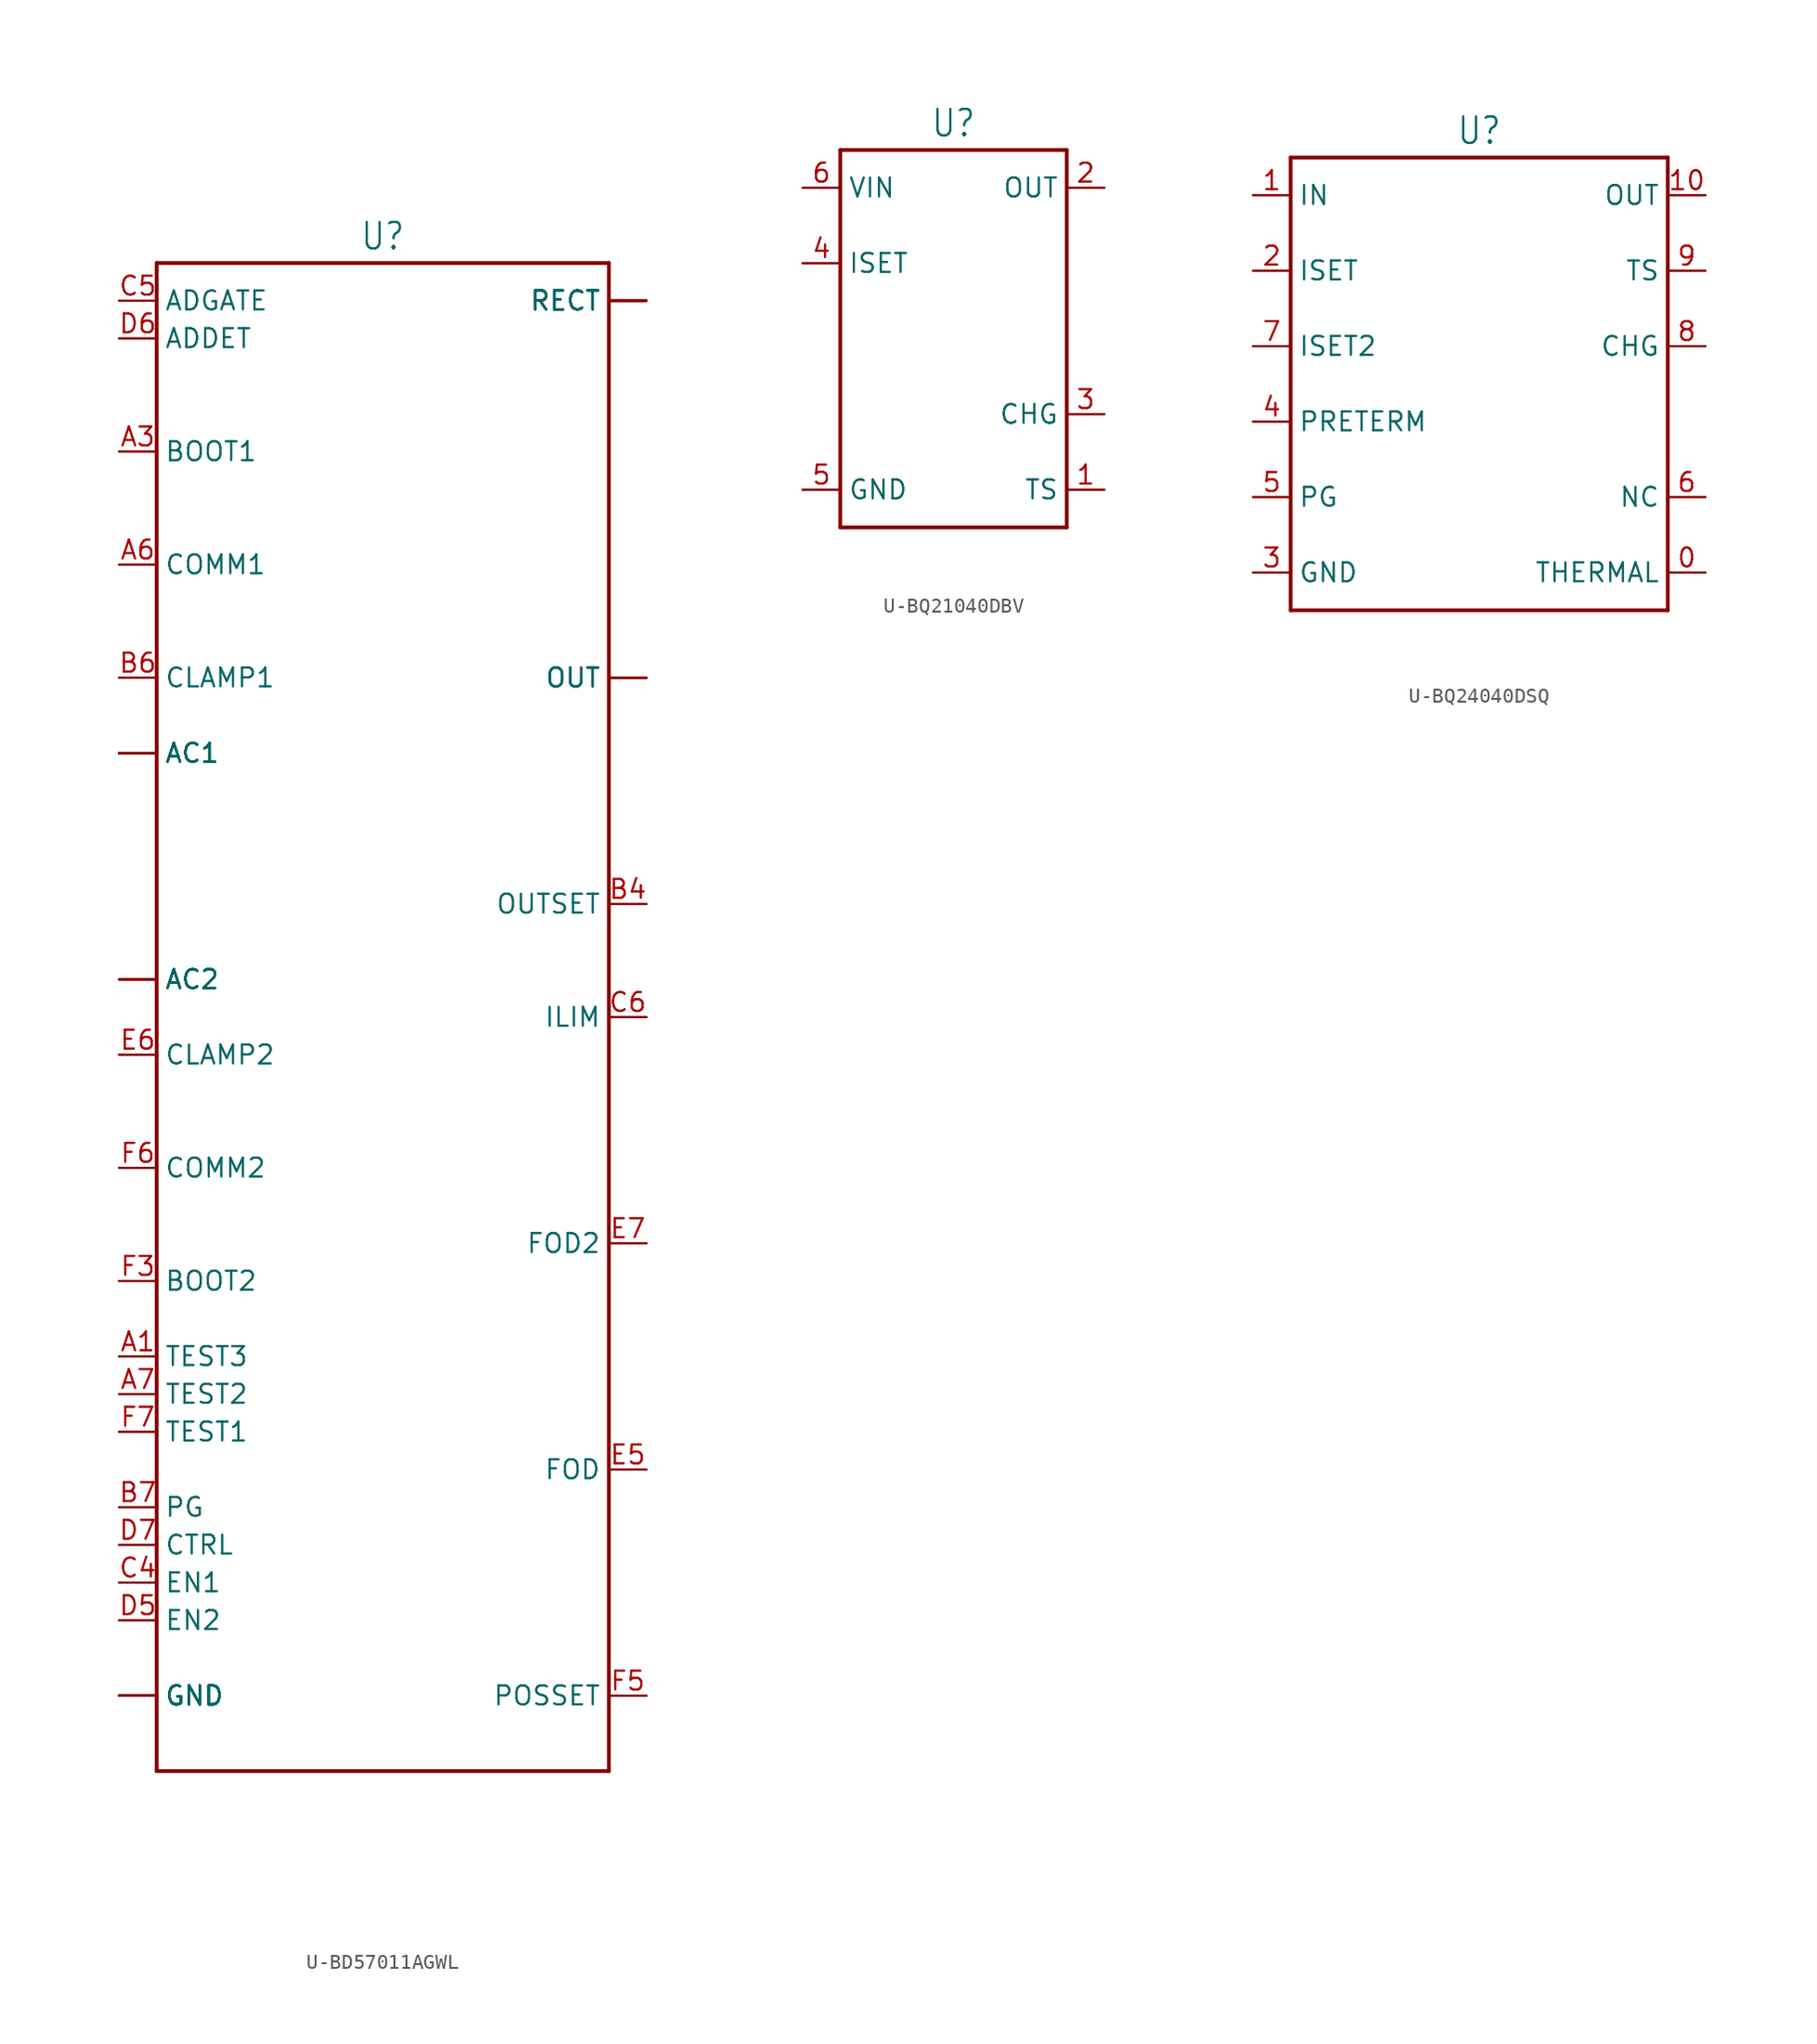
<source format=kicad_sym>
(kicad_symbol_lib
  (version 20231120)
  (generator "kicad_symbol_editor")
  (generator_version "8.0")
  (symbol "U-BD57011AGWL"
    (property "Reference" "U"
      (at 0 49.022 0)
      (effects (font (size 1.778 1.511)) (justify bottom)))
    (property "Value" ""
      (at 0 -54.102 0)
      (effects (font (size 1.778 1.511)) (justify top)))
    (property "ki_locked" ""
      (at 0 0 0)
      (effects (font (size 1.27 1.27))))
    (symbol "U-BD57011AGWL_1_0"
      (polyline (pts (xy -15.24 -53.34) (xy 15.24 -53.34)) (stroke (width 0.254) (type solid)) (fill (type none)))
      (polyline (pts (xy -15.24 48.26) (xy -15.24 -53.34)) (stroke (width 0.254) (type solid)) (fill (type none)))
      (polyline (pts (xy 15.24 -53.34) (xy 15.24 48.26)) (stroke (width 0.254) (type solid)) (fill (type none)))
      (polyline (pts (xy 15.24 48.26) (xy -15.24 48.26)) (stroke (width 0.254) (type solid)) (fill (type none)))
      (pin passive line (at -17.78 -25.4 0) (length 2.54) (name "TEST3" (effects (font (size 1.27 1.27)))) (number "A1" (effects (font (size 1.27 1.27)))))
      (pin passive line (at -17.78 15.24 0) (length 2.54) (name "AC1" (effects (font (size 1.27 1.27)))) (number "A2" (effects (font (size 0 0)))))
      (pin passive line (at -17.78 35.56 0) (length 2.54) (name "BOOT1" (effects (font (size 1.27 1.27)))) (number "A3" (effects (font (size 1.27 1.27)))))
      (pin passive line (at 17.78 20.32 180) (length 2.54) (name "OUT" (effects (font (size 1.27 1.27)))) (number "A4" (effects (font (size 0 0)))))
      (pin passive line (at 17.78 20.32 180) (length 2.54) (name "OUT" (effects (font (size 1.27 1.27)))) (number "A5" (effects (font (size 0 0)))))
      (pin passive line (at -17.78 27.94 0) (length 2.54) (name "COMM1" (effects (font (size 1.27 1.27)))) (number "A6" (effects (font (size 1.27 1.27)))))
      (pin passive line (at -17.78 -27.94 0) (length 2.54) (name "TEST2" (effects (font (size 1.27 1.27)))) (number "A7" (effects (font (size 1.27 1.27)))))
      (pin passive line (at -17.78 -48.26 0) (length 2.54) (name "GND" (effects (font (size 1.27 1.27)))) (number "B1" (effects (font (size 0 0)))))
      (pin passive line (at -17.78 15.24 0) (length 2.54) (name "AC1" (effects (font (size 1.27 1.27)))) (number "B2" (effects (font (size 0 0)))))
      (pin passive line (at -17.78 15.24 0) (length 2.54) (name "AC1" (effects (font (size 1.27 1.27)))) (number "B3" (effects (font (size 0 0)))))
      (pin passive line (at 17.78 5.08 180) (length 2.54) (name "OUTSET" (effects (font (size 1.27 1.27)))) (number "B4" (effects (font (size 1.27 1.27)))))
      (pin passive line (at 17.78 20.32 180) (length 2.54) (name "OUT" (effects (font (size 1.27 1.27)))) (number "B5" (effects (font (size 0 0)))))
      (pin passive line (at -17.78 20.32 0) (length 2.54) (name "CLAMP1" (effects (font (size 1.27 1.27)))) (number "B6" (effects (font (size 1.27 1.27)))))
      (pin passive line (at -17.78 -35.56 0) (length 2.54) (name "PG" (effects (font (size 1.27 1.27)))) (number "B7" (effects (font (size 1.27 1.27)))))
      (pin passive line (at -17.78 -48.26 0) (length 2.54) (name "GND" (effects (font (size 1.27 1.27)))) (number "C1" (effects (font (size 0 0)))))
      (pin passive line (at -17.78 15.24 0) (length 2.54) (name "AC1" (effects (font (size 1.27 1.27)))) (number "C2" (effects (font (size 0 0)))))
      (pin passive line (at 17.78 45.72 180) (length 2.54) (name "RECT" (effects (font (size 1.27 1.27)))) (number "C3" (effects (font (size 0 0)))))
      (pin passive line (at -17.78 -40.64 0) (length 2.54) (name "EN1" (effects (font (size 1.27 1.27)))) (number "C4" (effects (font (size 1.27 1.27)))))
      (pin passive line (at -17.78 45.72 0) (length 2.54) (name "ADGATE" (effects (font (size 1.27 1.27)))) (number "C5" (effects (font (size 1.27 1.27)))))
      (pin passive line (at 17.78 -2.54 180) (length 2.54) (name "ILIM" (effects (font (size 1.27 1.27)))) (number "C6" (effects (font (size 1.27 1.27)))))
      (pin passive line (at -17.78 -48.26 0) (length 2.54) (name "GND" (effects (font (size 1.27 1.27)))) (number "C7" (effects (font (size 0 0)))))
      (pin passive line (at -17.78 -48.26 0) (length 2.54) (name "GND" (effects (font (size 1.27 1.27)))) (number "D1" (effects (font (size 0 0)))))
      (pin passive line (at -17.78 0 0) (length 2.54) (name "AC2" (effects (font (size 1.27 1.27)))) (number "D2" (effects (font (size 0 0)))))
      (pin passive line (at 17.78 45.72 180) (length 2.54) (name "RECT" (effects (font (size 1.27 1.27)))) (number "D3" (effects (font (size 0 0)))))
      (pin passive line (at 17.78 45.72 180) (length 2.54) (name "RECT" (effects (font (size 1.27 1.27)))) (number "D4" (effects (font (size 0 0)))))
      (pin passive line (at -17.78 -43.18 0) (length 2.54) (name "EN2" (effects (font (size 1.27 1.27)))) (number "D5" (effects (font (size 1.27 1.27)))))
      (pin passive line (at -17.78 43.18 0) (length 2.54) (name "ADDET" (effects (font (size 1.27 1.27)))) (number "D6" (effects (font (size 1.27 1.27)))))
      (pin passive line (at -17.78 -38.1 0) (length 2.54) (name "CTRL" (effects (font (size 1.27 1.27)))) (number "D7" (effects (font (size 1.27 1.27)))))
      (pin passive line (at -17.78 -48.26 0) (length 2.54) (name "GND" (effects (font (size 1.27 1.27)))) (number "E1" (effects (font (size 0 0)))))
      (pin passive line (at -17.78 0 0) (length 2.54) (name "AC2" (effects (font (size 1.27 1.27)))) (number "E2" (effects (font (size 0 0)))))
      (pin passive line (at -17.78 0 0) (length 2.54) (name "AC2" (effects (font (size 1.27 1.27)))) (number "E3" (effects (font (size 0 0)))))
      (pin passive line (at 17.78 45.72 180) (length 2.54) (name "RECT" (effects (font (size 1.27 1.27)))) (number "E4" (effects (font (size 0 0)))))
      (pin passive line (at 17.78 -33.02 180) (length 2.54) (name "FOD" (effects (font (size 1.27 1.27)))) (number "E5" (effects (font (size 1.27 1.27)))))
      (pin passive line (at -17.78 -5.08 0) (length 2.54) (name "CLAMP2" (effects (font (size 1.27 1.27)))) (number "E6" (effects (font (size 1.27 1.27)))))
      (pin passive line (at 17.78 -17.78 180) (length 2.54) (name "FOD2" (effects (font (size 1.27 1.27)))) (number "E7" (effects (font (size 1.27 1.27)))))
      (pin passive line (at -17.78 -48.26 0) (length 2.54) (name "GND" (effects (font (size 1.27 1.27)))) (number "F1" (effects (font (size 0 0)))))
      (pin passive line (at -17.78 0 0) (length 2.54) (name "AC2" (effects (font (size 1.27 1.27)))) (number "F2" (effects (font (size 0 0)))))
      (pin passive line (at -17.78 -20.32 0) (length 2.54) (name "BOOT2" (effects (font (size 1.27 1.27)))) (number "F3" (effects (font (size 1.27 1.27)))))
      (pin passive line (at 17.78 45.72 180) (length 2.54) (name "RECT" (effects (font (size 1.27 1.27)))) (number "F4" (effects (font (size 0 0)))))
      (pin passive line (at 17.78 -48.26 180) (length 2.54) (name "POSSET" (effects (font (size 1.27 1.27)))) (number "F5" (effects (font (size 1.27 1.27)))))
      (pin passive line (at -17.78 -12.7 0) (length 2.54) (name "COMM2" (effects (font (size 1.27 1.27)))) (number "F6" (effects (font (size 1.27 1.27)))))
      (pin passive line (at -17.78 -30.48 0) (length 2.54) (name "TEST1" (effects (font (size 1.27 1.27)))) (number "F7" (effects (font (size 1.27 1.27)))))))
  (symbol "U-BQ21040DBV"
    (property "Reference" "U"
      (at 0 13.462 0)
      (effects (font (size 1.778 1.511)) (justify bottom)))
    (property "Value" ""
      (at 0 -13.462 0)
      (effects (font (size 1.778 1.511)) (justify top)))
    (property "ki_locked" ""
      (at 0 0 0)
      (effects (font (size 1.27 1.27))))
    (symbol "U-BQ21040DBV_1_0"
      (polyline (pts (xy -7.62 -12.7) (xy -7.62 12.7)) (stroke (width 0.254) (type solid)) (fill (type none)))
      (polyline (pts (xy -7.62 12.7) (xy 7.62 12.7)) (stroke (width 0.254) (type solid)) (fill (type none)))
      (polyline (pts (xy 7.62 -12.7) (xy -7.62 -12.7)) (stroke (width 0.254) (type solid)) (fill (type none)))
      (polyline (pts (xy 7.62 12.7) (xy 7.62 -12.7)) (stroke (width 0.254) (type solid)) (fill (type none)))
      (pin passive line (at 10.16 -10.16 180) (length 2.54) (name "TS" (effects (font (size 1.27 1.27)))) (number "1" (effects (font (size 1.27 1.27)))))
      (pin passive line (at 10.16 10.16 180) (length 2.54) (name "OUT" (effects (font (size 1.27 1.27)))) (number "2" (effects (font (size 1.27 1.27)))))
      (pin passive line (at 10.16 -5.08 180) (length 2.54) (name "CHG" (effects (font (size 1.27 1.27)))) (number "3" (effects (font (size 1.27 1.27)))))
      (pin passive line (at -10.16 5.08 0) (length 2.54) (name "ISET" (effects (font (size 1.27 1.27)))) (number "4" (effects (font (size 1.27 1.27)))))
      (pin passive line (at -10.16 -10.16 0) (length 2.54) (name "GND" (effects (font (size 1.27 1.27)))) (number "5" (effects (font (size 1.27 1.27)))))
      (pin passive line (at -10.16 10.16 0) (length 2.54) (name "VIN" (effects (font (size 1.27 1.27)))) (number "6" (effects (font (size 1.27 1.27)))))))
  (symbol "U-BQ24040DSQ"
    (property "Reference" "U"
      (at 0 16.002 0)
      (effects (font (size 1.778 1.511)) (justify bottom)))
    (property "Value" ""
      (at 0 -16.002 0)
      (effects (font (size 1.778 1.511)) (justify top)))
    (property "ki_locked" ""
      (at 0 0 0)
      (effects (font (size 1.27 1.27))))
    (symbol "U-BQ24040DSQ_1_0"
      (polyline (pts (xy -12.7 -15.24) (xy -12.7 15.24)) (stroke (width 0.254) (type solid)) (fill (type none)))
      (polyline (pts (xy -12.7 15.24) (xy 12.7 15.24)) (stroke (width 0.254) (type solid)) (fill (type none)))
      (polyline (pts (xy 12.7 -15.24) (xy -12.7 -15.24)) (stroke (width 0.254) (type solid)) (fill (type none)))
      (polyline (pts (xy 12.7 15.24) (xy 12.7 -15.24)) (stroke (width 0.254) (type solid)) (fill (type none)))
      (pin passive line (at 15.24 -12.7 180) (length 2.54) (name "THERMAL" (effects (font (size 1.27 1.27)))) (number "0" (effects (font (size 1.27 1.27)))))
      (pin passive line (at -15.24 12.7 0) (length 2.54) (name "IN" (effects (font (size 1.27 1.27)))) (number "1" (effects (font (size 1.27 1.27)))))
      (pin passive line (at 15.24 12.7 180) (length 2.54) (name "OUT" (effects (font (size 1.27 1.27)))) (number "10" (effects (font (size 1.27 1.27)))))
      (pin passive line (at -15.24 7.62 0) (length 2.54) (name "ISET" (effects (font (size 1.27 1.27)))) (number "2" (effects (font (size 1.27 1.27)))))
      (pin passive line (at -15.24 -12.7 0) (length 2.54) (name "GND" (effects (font (size 1.27 1.27)))) (number "3" (effects (font (size 1.27 1.27)))))
      (pin passive line (at -15.24 -2.54 0) (length 2.54) (name "PRETERM" (effects (font (size 1.27 1.27)))) (number "4" (effects (font (size 1.27 1.27)))))
      (pin passive line (at -15.24 -7.62 0) (length 2.54) (name "PG" (effects (font (size 1.27 1.27)))) (number "5" (effects (font (size 1.27 1.27)))))
      (pin passive line (at 15.24 -7.62 180) (length 2.54) (name "NC" (effects (font (size 1.27 1.27)))) (number "6" (effects (font (size 1.27 1.27)))))
      (pin passive line (at -15.24 2.54 0) (length 2.54) (name "ISET2" (effects (font (size 1.27 1.27)))) (number "7" (effects (font (size 1.27 1.27)))))
      (pin passive line (at 15.24 2.54 180) (length 2.54) (name "CHG" (effects (font (size 1.27 1.27)))) (number "8" (effects (font (size 1.27 1.27)))))
      (pin passive line (at 15.24 7.62 180) (length 2.54) (name "TS" (effects (font (size 1.27 1.27)))) (number "9" (effects (font (size 1.27 1.27))))))))
</source>
